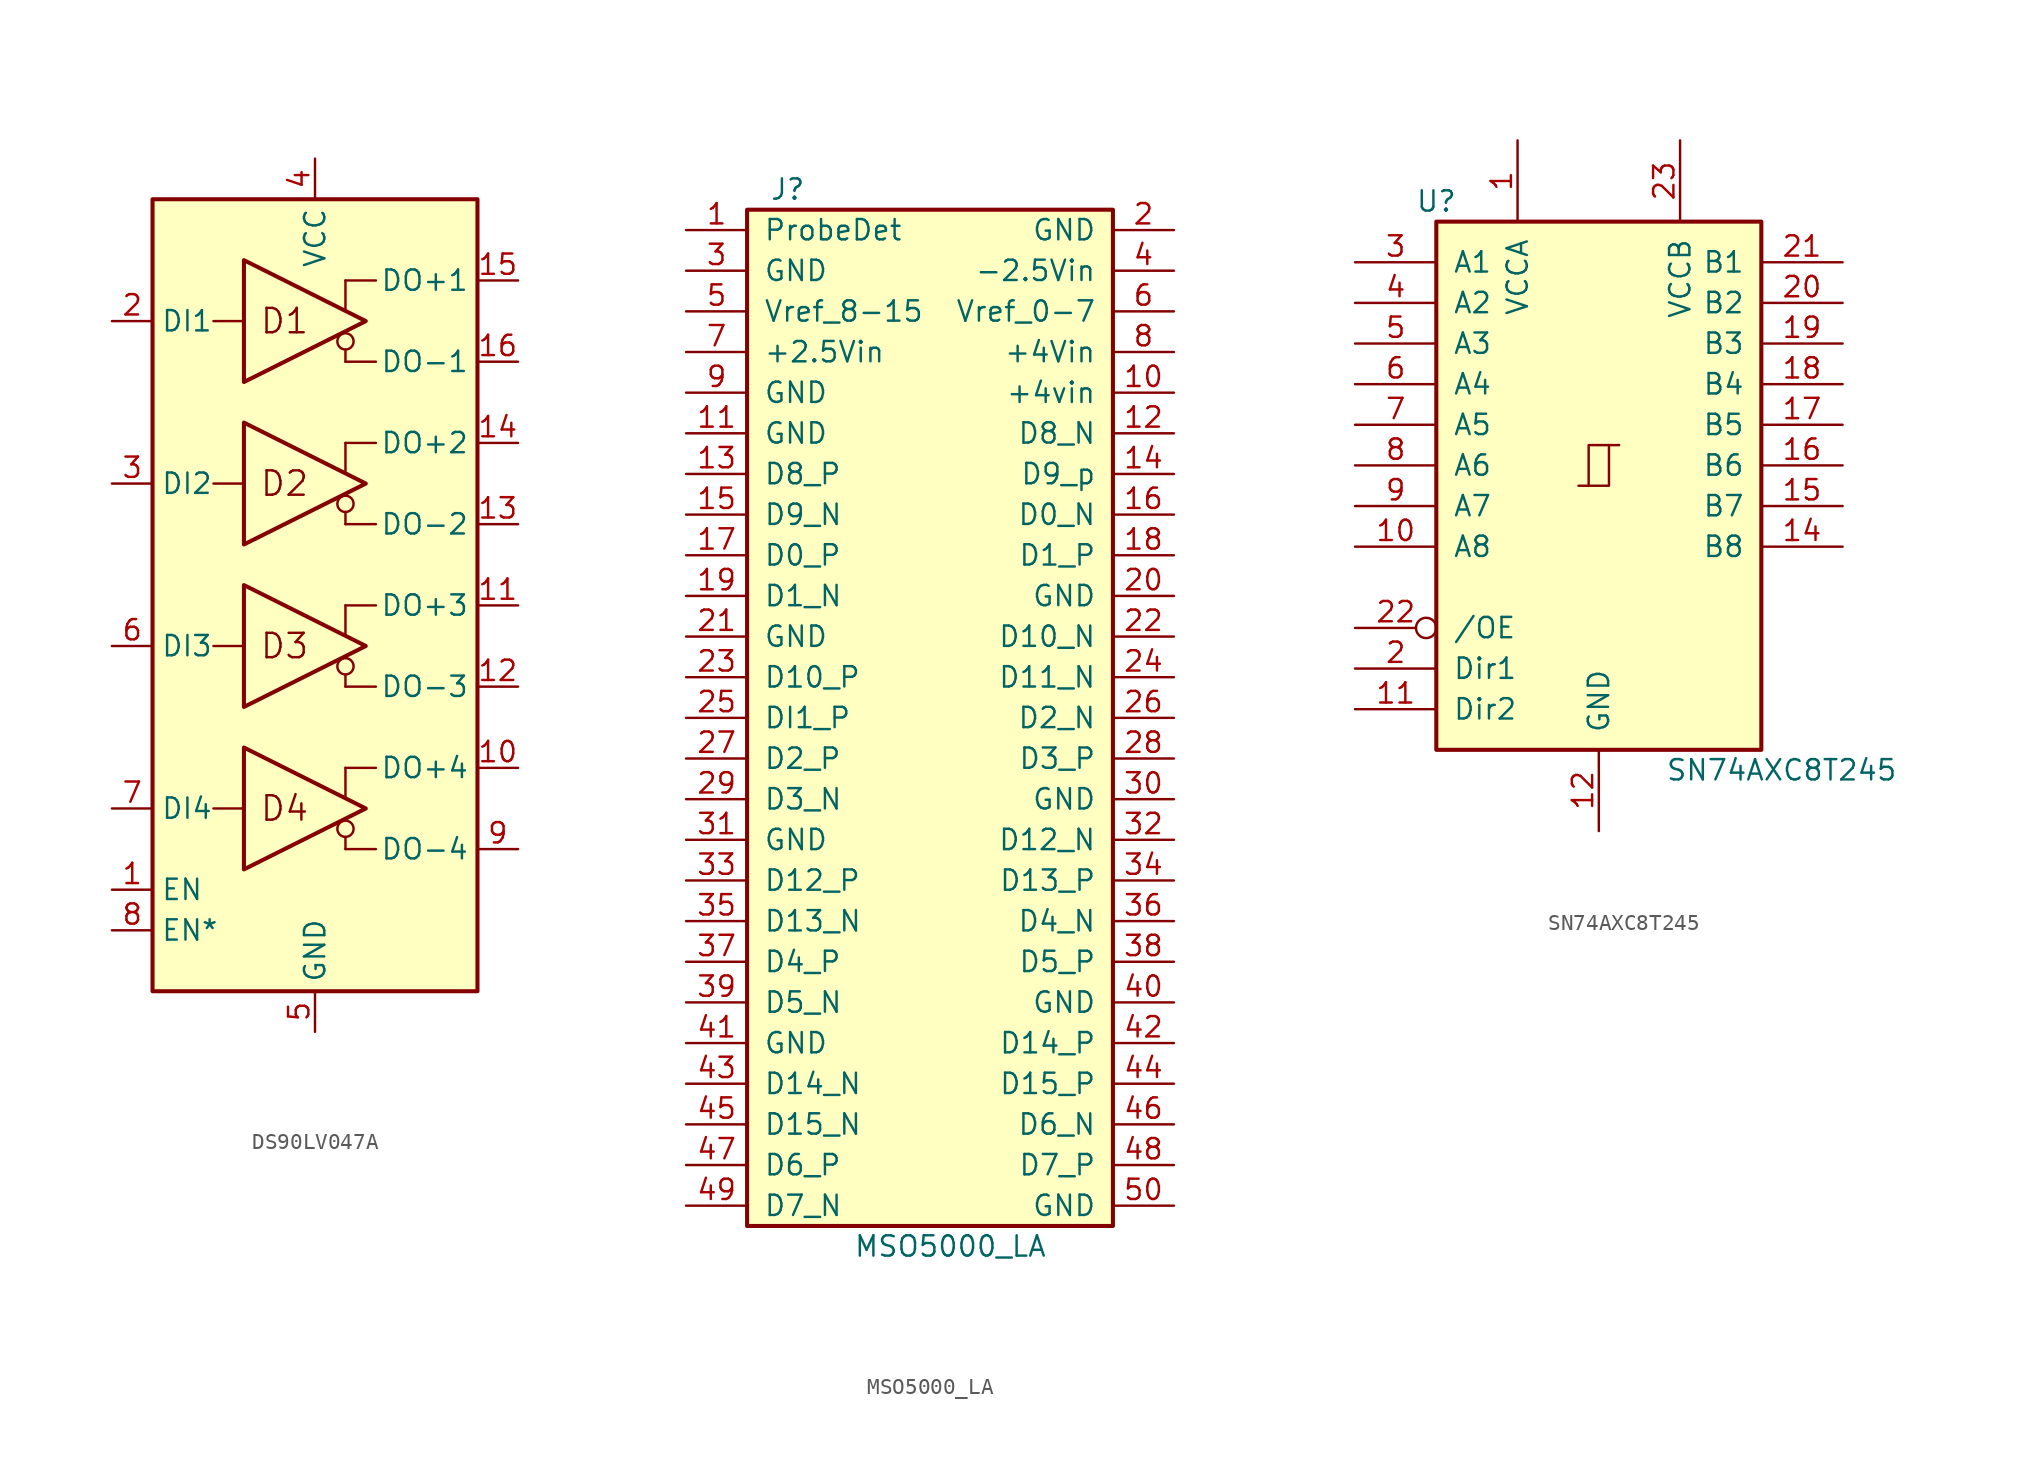
<source format=kicad_sym>
(kicad_symbol_lib
  (version 20220914)
  (generator kicad_symbol_editor)
  (symbol "DS90LV047A"
    (property "Reference" "U"
      (at -10.16 24.13 0)
      (effects (font (size 1.27 1.27)) (justify left) hide))
    (symbol "DS90LV047A_1_0"
      (rectangle (start -10.16 22.86) (end 10.16 -26.67) (stroke (width 0.254) (type default)) (fill (type background)))
      (polyline (pts (xy 1.905 -17.018) (xy 1.905 -17.78)) (stroke (width 0) (type default)) (fill (type none)))
      (polyline (pts (xy 1.905 -14.605) (xy 1.905 -12.7)) (stroke (width 0) (type default)) (fill (type none)))
      (polyline (pts (xy 1.905 -6.858) (xy 1.905 -7.62)) (stroke (width 0) (type default)) (fill (type none)))
      (polyline (pts (xy 1.905 -4.445) (xy 1.905 -2.54)) (stroke (width 0) (type default)) (fill (type none)))
      (polyline (pts (xy 1.905 3.302) (xy 1.905 2.54)) (stroke (width 0) (type default)) (fill (type none)))
      (polyline (pts (xy 1.905 5.715) (xy 1.905 7.62)) (stroke (width 0) (type default)) (fill (type none)))
      (polyline (pts (xy 1.905 13.462) (xy 1.905 12.7)) (stroke (width 0) (type default)) (fill (type none)))
      (polyline (pts (xy 1.905 15.875) (xy 1.905 17.78)) (stroke (width 0) (type default)) (fill (type none)))
      (circle (center 1.905 -16.51) (radius 0.508) (stroke (width 0) (type default)) (fill (type none)))
      (circle (center 1.905 -6.35) (radius 0.508) (stroke (width 0) (type default)) (fill (type none)))
      (circle (center 1.905 3.81) (radius 0.508) (stroke (width 0) (type default)) (fill (type none)))
      (circle (center 1.905 13.97) (radius 0.508) (stroke (width 0) (type default)) (fill (type none)))
      (text "D1" (at -1.905 15.24 0) (effects (font (size 1.524 1.524))))
      (text "D2" (at -1.905 5.08 0) (effects (font (size 1.524 1.524))))
      (text "D3" (at -1.905 -5.08 0) (effects (font (size 1.524 1.524))))
      (text "D4" (at -1.905 -15.24 0) (effects (font (size 1.524 1.524)))))
    (symbol "DS90LV047A_1_1"
      (polyline (pts (xy -6.35 -15.24) (xy -4.445 -15.24)) (stroke (width 0) (type default)) (fill (type none)))
      (polyline (pts (xy -6.35 -5.08) (xy -4.445 -5.08)) (stroke (width 0) (type default)) (fill (type none)))
      (polyline (pts (xy -6.35 5.08) (xy -4.445 5.08)) (stroke (width 0) (type default)) (fill (type none)))
      (polyline (pts (xy -6.35 15.24) (xy -4.445 15.24)) (stroke (width 0) (type default)) (fill (type none)))
      (polyline (pts (xy 1.905 -17.78) (xy 3.81 -17.78)) (stroke (width 0) (type default)) (fill (type none)))
      (polyline (pts (xy 1.905 -7.62) (xy 3.81 -7.62)) (stroke (width 0) (type default)) (fill (type none)))
      (polyline (pts (xy 1.905 2.54) (xy 3.81 2.54)) (stroke (width 0) (type default)) (fill (type none)))
      (polyline (pts (xy 1.905 12.7) (xy 3.81 12.7)) (stroke (width 0) (type default)) (fill (type none)))
      (polyline (pts (xy 3.81 -12.7) (xy 1.905 -12.7)) (stroke (width 0) (type default)) (fill (type none)))
      (polyline (pts (xy 3.81 -2.54) (xy 1.905 -2.54)) (stroke (width 0) (type default)) (fill (type none)))
      (polyline (pts (xy 3.81 7.62) (xy 1.905 7.62)) (stroke (width 0) (type default)) (fill (type none)))
      (polyline (pts (xy 3.81 17.78) (xy 1.905 17.78)) (stroke (width 0) (type default)) (fill (type none)))
      (polyline (pts (xy -4.445 -19.05) (xy -4.445 -11.43) (xy 3.175 -15.24) (xy -4.445 -19.05)) (stroke (width 0.254) (type default)) (fill (type none)))
      (polyline (pts (xy -4.445 -8.89) (xy -4.445 -1.27) (xy 3.175 -5.08) (xy -4.445 -8.89)) (stroke (width 0.254) (type default)) (fill (type none)))
      (polyline (pts (xy -4.445 1.27) (xy -4.445 8.89) (xy 3.175 5.08) (xy -4.445 1.27)) (stroke (width 0.254) (type default)) (fill (type none)))
      (polyline (pts (xy -4.445 11.43) (xy -4.445 19.05) (xy 3.175 15.24) (xy -4.445 11.43)) (stroke (width 0.254) (type default)) (fill (type none)))
      (pin input line (at -12.7 -20.32 0) (length 2.54) (name "EN" (effects (font (size 1.27 1.27)))) (number "1" (effects (font (size 1.27 1.27)))))
      (pin output line (at 12.7 -12.7 180) (length 2.54) (name "DO+4" (effects (font (size 1.27 1.27)))) (number "10" (effects (font (size 1.27 1.27)))))
      (pin output line (at 12.7 -2.54 180) (length 2.54) (name "DO+3" (effects (font (size 1.27 1.27)))) (number "11" (effects (font (size 1.27 1.27)))))
      (pin output line (at 12.7 -7.62 180) (length 2.54) (name "DO-3" (effects (font (size 1.27 1.27)))) (number "12" (effects (font (size 1.27 1.27)))))
      (pin output line (at 12.7 2.54 180) (length 2.54) (name "DO-2" (effects (font (size 1.27 1.27)))) (number "13" (effects (font (size 1.27 1.27)))))
      (pin output line (at 12.7 7.62 180) (length 2.54) (name "DO+2" (effects (font (size 1.27 1.27)))) (number "14" (effects (font (size 1.27 1.27)))))
      (pin output line (at 12.7 17.78 180) (length 2.54) (name "DO+1" (effects (font (size 1.27 1.27)))) (number "15" (effects (font (size 1.27 1.27)))))
      (pin output line (at 12.7 12.7 180) (length 2.54) (name "DO-1" (effects (font (size 1.27 1.27)))) (number "16" (effects (font (size 1.27 1.27)))))
      (pin input line (at -12.7 15.24 0) (length 2.54) (name "DI1" (effects (font (size 1.27 1.27)))) (number "2" (effects (font (size 1.27 1.27)))))
      (pin input line (at -12.7 5.08 0) (length 2.54) (name "DI2" (effects (font (size 1.27 1.27)))) (number "3" (effects (font (size 1.27 1.27)))))
      (pin power_in line (at 0 25.4 270) (length 2.54) (name "VCC" (effects (font (size 1.27 1.27)))) (number "4" (effects (font (size 1.27 1.27)))))
      (pin power_in line (at 0 -29.21 90) (length 2.54) (name "GND" (effects (font (size 1.27 1.27)))) (number "5" (effects (font (size 1.27 1.27)))))
      (pin input line (at -12.7 -5.08 0) (length 2.54) (name "DI3" (effects (font (size 1.27 1.27)))) (number "6" (effects (font (size 1.27 1.27)))))
      (pin input line (at -12.7 -15.24 0) (length 2.54) (name "DI4" (effects (font (size 1.27 1.27)))) (number "7" (effects (font (size 1.27 1.27)))))
      (pin input line (at -12.7 -22.86 0) (length 2.54) (name "EN*" (effects (font (size 1.27 1.27)))) (number "8" (effects (font (size 1.27 1.27)))))
      (pin output line (at 12.7 -17.78 180) (length 2.54) (name "DO-4" (effects (font (size 1.27 1.27)))) (number "9" (effects (font (size 1.27 1.27)))))))
  (symbol "MSO5000_LA"
    (pin_names
      (offset 1.016))
    (property "Reference" "J"
      (at -8.89 33.02 0)
      (effects (font (size 1.27 1.27))))
    (property "Value" "MSO5000_LA"
      (at 1.27 -33.02 0)
      (effects (font (size 1.27 1.27))))
    (symbol "MSO5000_LA_1_1"
      (rectangle (start -11.43 31.75) (end 11.43 -31.75) (stroke (width 0.254) (type default)) (fill (type background)))
      (pin passive line (at -15.24 30.48 0) (length 3.81) (name "ProbeDet" (effects (font (size 1.27 1.27)))) (number "1" (effects (font (size 1.27 1.27)))))
      (pin passive line (at 15.24 20.32 180) (length 3.81) (name "+4vin" (effects (font (size 1.27 1.27)))) (number "10" (effects (font (size 1.27 1.27)))))
      (pin passive line (at -15.24 17.78 0) (length 3.81) (name "GND" (effects (font (size 1.27 1.27)))) (number "11" (effects (font (size 1.27 1.27)))))
      (pin passive line (at 15.24 17.78 180) (length 3.81) (name "D8_N" (effects (font (size 1.27 1.27)))) (number "12" (effects (font (size 1.27 1.27)))))
      (pin passive line (at -15.24 15.24 0) (length 3.81) (name "D8_P" (effects (font (size 1.27 1.27)))) (number "13" (effects (font (size 1.27 1.27)))))
      (pin passive line (at 15.24 15.24 180) (length 3.81) (name "D9_p" (effects (font (size 1.27 1.27)))) (number "14" (effects (font (size 1.27 1.27)))))
      (pin passive line (at -15.24 12.7 0) (length 3.81) (name "D9_N" (effects (font (size 1.27 1.27)))) (number "15" (effects (font (size 1.27 1.27)))))
      (pin passive line (at 15.24 12.7 180) (length 3.81) (name "D0_N" (effects (font (size 1.27 1.27)))) (number "16" (effects (font (size 1.27 1.27)))))
      (pin passive line (at -15.24 10.16 0) (length 3.81) (name "D0_P" (effects (font (size 1.27 1.27)))) (number "17" (effects (font (size 1.27 1.27)))))
      (pin passive line (at 15.24 10.16 180) (length 3.81) (name "D1_P" (effects (font (size 1.27 1.27)))) (number "18" (effects (font (size 1.27 1.27)))))
      (pin passive line (at -15.24 7.62 0) (length 3.81) (name "D1_N" (effects (font (size 1.27 1.27)))) (number "19" (effects (font (size 1.27 1.27)))))
      (pin passive line (at 15.24 30.48 180) (length 3.81) (name "GND" (effects (font (size 1.27 1.27)))) (number "2" (effects (font (size 1.27 1.27)))))
      (pin passive line (at 15.24 7.62 180) (length 3.81) (name "GND" (effects (font (size 1.27 1.27)))) (number "20" (effects (font (size 1.27 1.27)))))
      (pin passive line (at -15.24 5.08 0) (length 3.81) (name "GND" (effects (font (size 1.27 1.27)))) (number "21" (effects (font (size 1.27 1.27)))))
      (pin passive line (at 15.24 5.08 180) (length 3.81) (name "D10_N" (effects (font (size 1.27 1.27)))) (number "22" (effects (font (size 1.27 1.27)))))
      (pin passive line (at -15.24 2.54 0) (length 3.81) (name "D10_P" (effects (font (size 1.27 1.27)))) (number "23" (effects (font (size 1.27 1.27)))))
      (pin passive line (at 15.24 2.54 180) (length 3.81) (name "D11_N" (effects (font (size 1.27 1.27)))) (number "24" (effects (font (size 1.27 1.27)))))
      (pin passive line (at -15.24 0 0) (length 3.81) (name "DI1_P" (effects (font (size 1.27 1.27)))) (number "25" (effects (font (size 1.27 1.27)))))
      (pin passive line (at 15.24 0 180) (length 3.81) (name "D2_N" (effects (font (size 1.27 1.27)))) (number "26" (effects (font (size 1.27 1.27)))))
      (pin passive line (at -15.24 -2.54 0) (length 3.81) (name "D2_P" (effects (font (size 1.27 1.27)))) (number "27" (effects (font (size 1.27 1.27)))))
      (pin passive line (at 15.24 -2.54 180) (length 3.81) (name "D3_P" (effects (font (size 1.27 1.27)))) (number "28" (effects (font (size 1.27 1.27)))))
      (pin passive line (at -15.24 -5.08 0) (length 3.81) (name "D3_N" (effects (font (size 1.27 1.27)))) (number "29" (effects (font (size 1.27 1.27)))))
      (pin passive line (at -15.24 27.94 0) (length 3.81) (name "GND" (effects (font (size 1.27 1.27)))) (number "3" (effects (font (size 1.27 1.27)))))
      (pin passive line (at 15.24 -5.08 180) (length 3.81) (name "GND" (effects (font (size 1.27 1.27)))) (number "30" (effects (font (size 1.27 1.27)))))
      (pin passive line (at -15.24 -7.62 0) (length 3.81) (name "GND" (effects (font (size 1.27 1.27)))) (number "31" (effects (font (size 1.27 1.27)))))
      (pin passive line (at 15.24 -7.62 180) (length 3.81) (name "D12_N" (effects (font (size 1.27 1.27)))) (number "32" (effects (font (size 1.27 1.27)))))
      (pin passive line (at -15.24 -10.16 0) (length 3.81) (name "D12_P" (effects (font (size 1.27 1.27)))) (number "33" (effects (font (size 1.27 1.27)))))
      (pin passive line (at 15.24 -10.16 180) (length 3.81) (name "D13_P" (effects (font (size 1.27 1.27)))) (number "34" (effects (font (size 1.27 1.27)))))
      (pin passive line (at -15.24 -12.7 0) (length 3.81) (name "D13_N" (effects (font (size 1.27 1.27)))) (number "35" (effects (font (size 1.27 1.27)))))
      (pin passive line (at 15.24 -12.7 180) (length 3.81) (name "D4_N" (effects (font (size 1.27 1.27)))) (number "36" (effects (font (size 1.27 1.27)))))
      (pin passive line (at -15.24 -15.24 0) (length 3.81) (name "D4_P" (effects (font (size 1.27 1.27)))) (number "37" (effects (font (size 1.27 1.27)))))
      (pin passive line (at 15.24 -15.24 180) (length 3.81) (name "D5_P" (effects (font (size 1.27 1.27)))) (number "38" (effects (font (size 1.27 1.27)))))
      (pin passive line (at -15.24 -17.78 0) (length 3.81) (name "D5_N" (effects (font (size 1.27 1.27)))) (number "39" (effects (font (size 1.27 1.27)))))
      (pin passive line (at 15.24 27.94 180) (length 3.81) (name "-2.5Vin" (effects (font (size 1.27 1.27)))) (number "4" (effects (font (size 1.27 1.27)))))
      (pin passive line (at 15.24 -17.78 180) (length 3.81) (name "GND" (effects (font (size 1.27 1.27)))) (number "40" (effects (font (size 1.27 1.27)))))
      (pin passive line (at -15.24 -20.32 0) (length 3.81) (name "GND" (effects (font (size 1.27 1.27)))) (number "41" (effects (font (size 1.27 1.27)))))
      (pin passive line (at 15.24 -20.32 180) (length 3.81) (name "D14_P" (effects (font (size 1.27 1.27)))) (number "42" (effects (font (size 1.27 1.27)))))
      (pin passive line (at -15.24 -22.86 0) (length 3.81) (name "D14_N" (effects (font (size 1.27 1.27)))) (number "43" (effects (font (size 1.27 1.27)))))
      (pin passive line (at 15.24 -22.86 180) (length 3.81) (name "D15_P" (effects (font (size 1.27 1.27)))) (number "44" (effects (font (size 1.27 1.27)))))
      (pin passive line (at -15.24 -25.4 0) (length 3.81) (name "D15_N" (effects (font (size 1.27 1.27)))) (number "45" (effects (font (size 1.27 1.27)))))
      (pin passive line (at 15.24 -25.4 180) (length 3.81) (name "D6_N" (effects (font (size 1.27 1.27)))) (number "46" (effects (font (size 1.27 1.27)))))
      (pin passive line (at -15.24 -27.94 0) (length 3.81) (name "D6_P" (effects (font (size 1.27 1.27)))) (number "47" (effects (font (size 1.27 1.27)))))
      (pin passive line (at 15.24 -27.94 180) (length 3.81) (name "D7_P" (effects (font (size 1.27 1.27)))) (number "48" (effects (font (size 1.27 1.27)))))
      (pin passive line (at -15.24 -30.48 0) (length 3.81) (name "D7_N" (effects (font (size 1.27 1.27)))) (number "49" (effects (font (size 1.27 1.27)))))
      (pin passive line (at -15.24 25.4 0) (length 3.81) (name "Vref_8-15" (effects (font (size 1.27 1.27)))) (number "5" (effects (font (size 1.27 1.27)))))
      (pin passive line (at 15.24 -30.48 180) (length 3.81) (name "GND" (effects (font (size 1.27 1.27)))) (number "50" (effects (font (size 1.27 1.27)))))
      (pin passive line (at 15.24 25.4 180) (length 3.81) (name "Vref_0-7" (effects (font (size 1.27 1.27)))) (number "6" (effects (font (size 1.27 1.27)))))
      (pin passive line (at -15.24 22.86 0) (length 3.81) (name "+2.5Vin" (effects (font (size 1.27 1.27)))) (number "7" (effects (font (size 1.27 1.27)))))
      (pin passive line (at 15.24 22.86 180) (length 3.81) (name "+4Vin" (effects (font (size 1.27 1.27)))) (number "8" (effects (font (size 1.27 1.27)))))
      (pin passive line (at -15.24 20.32 0) (length 3.81) (name "GND" (effects (font (size 1.27 1.27)))) (number "9" (effects (font (size 1.27 1.27)))))))
  (symbol "SN74AXC8T245"
    (pin_names
      (offset 1.016))
    (property "Reference" "U"
      (at -10.16 16.51 0)
      (effects (font (size 1.27 1.27))))
    (property "Value" "SN74AXC8T245"
      (at 11.43 -19.05 0)
      (effects (font (size 1.27 1.27))))
    (symbol "SN74AXC8T245_1_0"
      (polyline (pts (xy -0.635 -1.27) (xy -0.635 1.27) (xy 0.635 1.27)) (stroke (width 0) (type default)) (fill (type none)))
      (polyline (pts (xy -1.27 -1.27) (xy 0.635 -1.27) (xy 0.635 1.27) (xy 1.27 1.27)) (stroke (width 0) (type default)) (fill (type none)))
      (pin power_in line (at -5.08 20.32 270) (length 5.08) (name "VCCA" (effects (font (size 1.27 1.27)))) (number "1" (effects (font (size 1.27 1.27)))))
      (pin tri_state line (at -15.24 -5.08 0) (length 5.08) (name "A8" (effects (font (size 1.27 1.27)))) (number "10" (effects (font (size 1.27 1.27)))))
      (pin input line (at -15.24 -15.24 0) (length 5.08) (name "Dir2" (effects (font (size 1.27 1.27)))) (number "11" (effects (font (size 1.27 1.27)))))
      (pin power_in line (at 0 -22.86 90) (length 5.08) (name "GND" (effects (font (size 1.27 1.27)))) (number "12" (effects (font (size 1.27 1.27)))))
      (pin passive line (at 0 -22.86 90) (length 5.08) hide (name "GND" (effects (font (size 1.27 1.27)))) (number "13" (effects (font (size 1.27 1.27)))))
      (pin tri_state line (at 15.24 -5.08 180) (length 5.08) (name "B8" (effects (font (size 1.27 1.27)))) (number "14" (effects (font (size 1.27 1.27)))))
      (pin tri_state line (at 15.24 -2.54 180) (length 5.08) (name "B7" (effects (font (size 1.27 1.27)))) (number "15" (effects (font (size 1.27 1.27)))))
      (pin tri_state line (at 15.24 0 180) (length 5.08) (name "B6" (effects (font (size 1.27 1.27)))) (number "16" (effects (font (size 1.27 1.27)))))
      (pin tri_state line (at 15.24 2.54 180) (length 5.08) (name "B5" (effects (font (size 1.27 1.27)))) (number "17" (effects (font (size 1.27 1.27)))))
      (pin tri_state line (at 15.24 5.08 180) (length 5.08) (name "B4" (effects (font (size 1.27 1.27)))) (number "18" (effects (font (size 1.27 1.27)))))
      (pin tri_state line (at 15.24 7.62 180) (length 5.08) (name "B3" (effects (font (size 1.27 1.27)))) (number "19" (effects (font (size 1.27 1.27)))))
      (pin input line (at -15.24 -12.7 0) (length 5.08) (name "Dir1" (effects (font (size 1.27 1.27)))) (number "2" (effects (font (size 1.27 1.27)))))
      (pin tri_state line (at 15.24 10.16 180) (length 5.08) (name "B2" (effects (font (size 1.27 1.27)))) (number "20" (effects (font (size 1.27 1.27)))))
      (pin tri_state line (at 15.24 12.7 180) (length 5.08) (name "B1" (effects (font (size 1.27 1.27)))) (number "21" (effects (font (size 1.27 1.27)))))
      (pin input inverted (at -15.24 -10.16 0) (length 5.08) (name "/OE" (effects (font (size 1.27 1.27)))) (number "22" (effects (font (size 1.27 1.27)))))
      (pin power_in line (at 5.08 20.32 270) (length 5.08) (name "VCCB" (effects (font (size 1.27 1.27)))) (number "23" (effects (font (size 1.27 1.27)))))
      (pin passive line (at 5.08 20.32 270) (length 5.08) hide (name "VCCB" (effects (font (size 1.27 1.27)))) (number "24" (effects (font (size 1.27 1.27)))))
      (pin tri_state line (at -15.24 12.7 0) (length 5.08) (name "A1" (effects (font (size 1.27 1.27)))) (number "3" (effects (font (size 1.27 1.27)))))
      (pin tri_state line (at -15.24 10.16 0) (length 5.08) (name "A2" (effects (font (size 1.27 1.27)))) (number "4" (effects (font (size 1.27 1.27)))))
      (pin tri_state line (at -15.24 7.62 0) (length 5.08) (name "A3" (effects (font (size 1.27 1.27)))) (number "5" (effects (font (size 1.27 1.27)))))
      (pin tri_state line (at -15.24 5.08 0) (length 5.08) (name "A4" (effects (font (size 1.27 1.27)))) (number "6" (effects (font (size 1.27 1.27)))))
      (pin tri_state line (at -15.24 2.54 0) (length 5.08) (name "A5" (effects (font (size 1.27 1.27)))) (number "7" (effects (font (size 1.27 1.27)))))
      (pin tri_state line (at -15.24 0 0) (length 5.08) (name "A6" (effects (font (size 1.27 1.27)))) (number "8" (effects (font (size 1.27 1.27)))))
      (pin tri_state line (at -15.24 -2.54 0) (length 5.08) (name "A7" (effects (font (size 1.27 1.27)))) (number "9" (effects (font (size 1.27 1.27))))))
    (symbol "SN74AXC8T245_1_1"
      (rectangle (start -10.16 15.24) (end 10.16 -17.78) (stroke (width 0.254) (type default)) (fill (type background))))))
</source>
